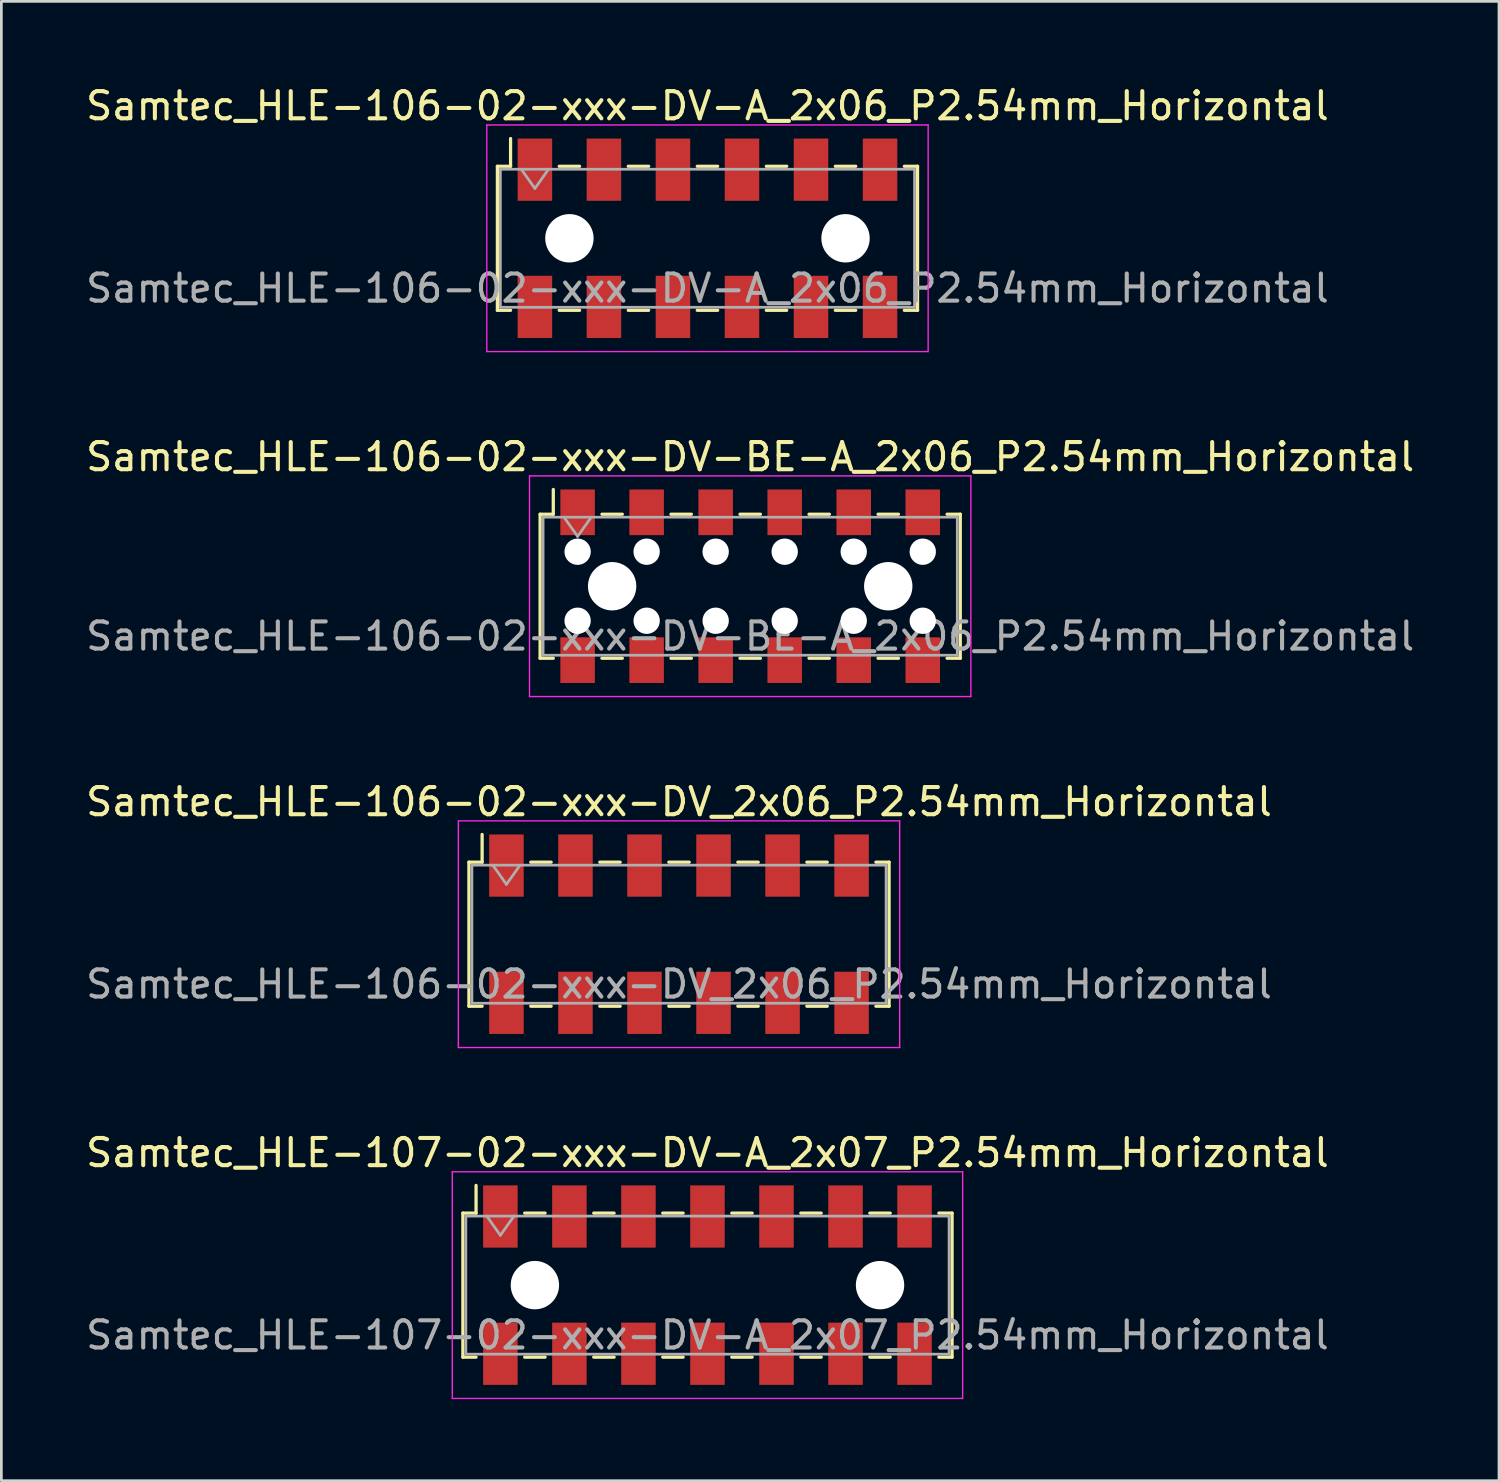
<source format=kicad_pcb>
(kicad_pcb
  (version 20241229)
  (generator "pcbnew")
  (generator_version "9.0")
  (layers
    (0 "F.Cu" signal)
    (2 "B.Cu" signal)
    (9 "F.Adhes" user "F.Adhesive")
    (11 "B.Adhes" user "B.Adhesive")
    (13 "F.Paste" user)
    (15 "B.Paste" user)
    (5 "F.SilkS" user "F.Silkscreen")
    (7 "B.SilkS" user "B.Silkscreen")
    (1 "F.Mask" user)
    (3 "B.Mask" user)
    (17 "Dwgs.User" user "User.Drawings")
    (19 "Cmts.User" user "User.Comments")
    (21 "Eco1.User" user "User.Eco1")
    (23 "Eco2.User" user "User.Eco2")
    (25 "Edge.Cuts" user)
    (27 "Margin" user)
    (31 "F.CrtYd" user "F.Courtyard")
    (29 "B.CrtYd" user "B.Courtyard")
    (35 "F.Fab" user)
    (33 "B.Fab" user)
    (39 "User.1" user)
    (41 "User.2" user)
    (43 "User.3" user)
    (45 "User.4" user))
  (footprint "Samtec_HLE-107-02-xxx-DV-A_2x07_P2.54mm_Horizontal"
    (layer "F.Cu")
    (at 22.982 44.238)
    (property "Reference" "Samtec_HLE-107-02-xxx-DV-A_2x07_P2.54mm_Horizontal" (at 0 -4.87 0) (layer "F.SilkS") (effects (font (size 1 1) (thickness 0.15))))
    (attr smd)
    (fp_line (start -9 -2.65) (end -9 2.65) (stroke (width 0.12) (type solid)) (layer "F.SilkS"))
    (fp_line (start -9 2.65) (end -8.515 2.65) (stroke (width 0.12) (type solid)) (layer "F.SilkS"))
    (fp_line (start -8.515 -3.67) (end -8.515 -2.65) (stroke (width 0.12) (type solid)) (layer "F.SilkS"))
    (fp_line (start -8.515 -2.65) (end -9 -2.65) (stroke (width 0.12) (type solid)) (layer "F.SilkS"))
    (fp_line (start -6.725 -2.65) (end -5.975 -2.65) (stroke (width 0.12) (type solid)) (layer "F.SilkS"))
    (fp_line (start -6.725 2.65) (end -5.975 2.65) (stroke (width 0.12) (type solid)) (layer "F.SilkS"))
    (fp_line (start -4.185 -2.65) (end -3.435 -2.65) (stroke (width 0.12) (type solid)) (layer "F.SilkS"))
    (fp_line (start -4.185 2.65) (end -3.435 2.65) (stroke (width 0.12) (type solid)) (layer "F.SilkS"))
    (fp_line (start -1.645 -2.65) (end -0.895 -2.65) (stroke (width 0.12) (type solid)) (layer "F.SilkS"))
    (fp_line (start -1.645 2.65) (end -0.895 2.65) (stroke (width 0.12) (type solid)) (layer "F.SilkS"))
    (fp_line (start 0.895 -2.65) (end 1.645 -2.65) (stroke (width 0.12) (type solid)) (layer "F.SilkS"))
    (fp_line (start 0.895 2.65) (end 1.645 2.65) (stroke (width 0.12) (type solid)) (layer "F.SilkS"))
    (fp_line (start 3.435 -2.65) (end 4.185 -2.65) (stroke (width 0.12) (type solid)) (layer "F.SilkS"))
    (fp_line (start 3.435 2.65) (end 4.185 2.65) (stroke (width 0.12) (type solid)) (layer "F.SilkS"))
    (fp_line (start 5.975 -2.65) (end 6.725 -2.65) (stroke (width 0.12) (type solid)) (layer "F.SilkS"))
    (fp_line (start 5.975 2.65) (end 6.725 2.65) (stroke (width 0.12) (type solid)) (layer "F.SilkS"))
    (fp_line (start 8.515 -2.65) (end 9 -2.65) (stroke (width 0.12) (type solid)) (layer "F.SilkS"))
    (fp_line (start 9 -2.65) (end 9 2.65) (stroke (width 0.12) (type solid)) (layer "F.SilkS"))
    (fp_line (start 9 2.65) (end 8.515 2.65) (stroke (width 0.12) (type solid)) (layer "F.SilkS"))
    (fp_line (start -9.39 -4.17) (end 9.39 -4.17) (stroke (width 0.05) (type solid)) (layer "F.CrtYd"))
    (fp_line (start -9.39 4.17) (end -9.39 -4.17) (stroke (width 0.05) (type solid)) (layer "F.CrtYd"))
    (fp_line (start 9.39 -4.17) (end 9.39 4.17) (stroke (width 0.05) (type solid)) (layer "F.CrtYd"))
    (fp_line (start 9.39 4.17) (end -9.39 4.17) (stroke (width 0.05) (type solid)) (layer "F.CrtYd"))
    (fp_line (start -8.89 -2.54) (end 8.89 -2.54) (stroke (width 0.1) (type solid)) (layer "F.Fab"))
    (fp_line (start -8.89 2.54) (end -8.89 -2.54) (stroke (width 0.1) (type solid)) (layer "F.Fab"))
    (fp_line (start -8.12 -2.54) (end -7.62 -1.833) (stroke (width 0.1) (type solid)) (layer "F.Fab"))
    (fp_line (start -7.62 -1.833) (end -7.12 -2.54) (stroke (width 0.1) (type solid)) (layer "F.Fab"))
    (fp_line (start 8.89 -2.54) (end 8.89 2.54) (stroke (width 0.1) (type solid)) (layer "F.Fab"))
    (fp_line (start 8.89 2.54) (end -8.89 2.54) (stroke (width 0.1) (type solid)) (layer "F.Fab"))
    (fp_text user "${REFERENCE}" (at 0 1.84 0) (layer "F.Fab") (effects (font (size 1 1) (thickness 0.15))))
    (pad "" np_thru_hole circle (at -6.35 0) (size 1.78 1.78) (drill 1.78) (layers "*.Cu" "*.Mask"))
    (pad "" np_thru_hole circle (at 6.35 0) (size 1.78 1.78) (drill 1.78) (layers "*.Cu" "*.Mask"))
    (pad "1" smd rect (at -7.62 -2.525) (size 1.27 2.29) (layers "F.Cu" "F.Mask" "F.Paste"))
    (pad "2" smd rect (at -7.62 2.525) (size 1.27 2.29) (layers "F.Cu" "F.Mask" "F.Paste"))
    (pad "3" smd rect (at -5.08 -2.525) (size 1.27 2.29) (layers "F.Cu" "F.Mask" "F.Paste"))
    (pad "4" smd rect (at -5.08 2.525) (size 1.27 2.29) (layers "F.Cu" "F.Mask" "F.Paste"))
    (pad "5" smd rect (at -2.54 -2.525) (size 1.27 2.29) (layers "F.Cu" "F.Mask" "F.Paste"))
    (pad "6" smd rect (at -2.54 2.525) (size 1.27 2.29) (layers "F.Cu" "F.Mask" "F.Paste"))
    (pad "7" smd rect (at 0 -2.525) (size 1.27 2.29) (layers "F.Cu" "F.Mask" "F.Paste"))
    (pad "8" smd rect (at 0 2.525) (size 1.27 2.29) (layers "F.Cu" "F.Mask" "F.Paste"))
    (pad "9" smd rect (at 2.54 -2.525) (size 1.27 2.29) (layers "F.Cu" "F.Mask" "F.Paste"))
    (pad "10" smd rect (at 2.54 2.525) (size 1.27 2.29) (layers "F.Cu" "F.Mask" "F.Paste"))
    (pad "11" smd rect (at 5.08 -2.525) (size 1.27 2.29) (layers "F.Cu" "F.Mask" "F.Paste"))
    (pad "12" smd rect (at 5.08 2.525) (size 1.27 2.29) (layers "F.Cu" "F.Mask" "F.Paste"))
    (pad "13" smd rect (at 7.62 -2.525) (size 1.27 2.29) (layers "F.Cu" "F.Mask" "F.Paste"))
    (pad "14" smd rect (at 7.62 2.525) (size 1.27 2.29) (layers "F.Cu" "F.Mask" "F.Paste")))
  (footprint "Samtec_HLE-106-02-xxx-DV-BE-A_2x06_P2.54mm_Horizontal"
    (layer "F.Cu")
    (at 24.554 18.521)
    (property "Reference" "Samtec_HLE-106-02-xxx-DV-BE-A_2x06_P2.54mm_Horizontal" (at 0 -4.76 0) (layer "F.SilkS") (effects (font (size 1 1) (thickness 0.15))))
    (attr smd)
    (fp_line (start -7.73 -2.65) (end -7.73 2.65) (stroke (width 0.12) (type solid)) (layer "F.SilkS"))
    (fp_line (start -7.73 2.65) (end -7.245 2.65) (stroke (width 0.12) (type solid)) (layer "F.SilkS"))
    (fp_line (start -7.245 -3.56) (end -7.245 -2.65) (stroke (width 0.12) (type solid)) (layer "F.SilkS"))
    (fp_line (start -7.245 -2.65) (end -7.73 -2.65) (stroke (width 0.12) (type solid)) (layer "F.SilkS"))
    (fp_line (start -5.455 -2.65) (end -4.705 -2.65) (stroke (width 0.12) (type solid)) (layer "F.SilkS"))
    (fp_line (start -5.455 2.65) (end -4.705 2.65) (stroke (width 0.12) (type solid)) (layer "F.SilkS"))
    (fp_line (start -2.915 -2.65) (end -2.165 -2.65) (stroke (width 0.12) (type solid)) (layer "F.SilkS"))
    (fp_line (start -2.915 2.65) (end -2.165 2.65) (stroke (width 0.12) (type solid)) (layer "F.SilkS"))
    (fp_line (start -0.375 -2.65) (end 0.375 -2.65) (stroke (width 0.12) (type solid)) (layer "F.SilkS"))
    (fp_line (start -0.375 2.65) (end 0.375 2.65) (stroke (width 0.12) (type solid)) (layer "F.SilkS"))
    (fp_line (start 2.165 -2.65) (end 2.915 -2.65) (stroke (width 0.12) (type solid)) (layer "F.SilkS"))
    (fp_line (start 2.165 2.65) (end 2.915 2.65) (stroke (width 0.12) (type solid)) (layer "F.SilkS"))
    (fp_line (start 4.705 -2.65) (end 5.455 -2.65) (stroke (width 0.12) (type solid)) (layer "F.SilkS"))
    (fp_line (start 4.705 2.65) (end 5.455 2.65) (stroke (width 0.12) (type solid)) (layer "F.SilkS"))
    (fp_line (start 7.245 -2.65) (end 7.73 -2.65) (stroke (width 0.12) (type solid)) (layer "F.SilkS"))
    (fp_line (start 7.73 -2.65) (end 7.73 2.65) (stroke (width 0.12) (type solid)) (layer "F.SilkS"))
    (fp_line (start 7.73 2.65) (end 7.245 2.65) (stroke (width 0.12) (type solid)) (layer "F.SilkS"))
    (fp_line (start -8.12 -4.06) (end 8.12 -4.06) (stroke (width 0.05) (type solid)) (layer "F.CrtYd"))
    (fp_line (start -8.12 4.06) (end -8.12 -4.06) (stroke (width 0.05) (type solid)) (layer "F.CrtYd"))
    (fp_line (start 8.12 -4.06) (end 8.12 4.06) (stroke (width 0.05) (type solid)) (layer "F.CrtYd"))
    (fp_line (start 8.12 4.06) (end -8.12 4.06) (stroke (width 0.05) (type solid)) (layer "F.CrtYd"))
    (fp_line (start -7.62 -2.54) (end 7.62 -2.54) (stroke (width 0.1) (type solid)) (layer "F.Fab"))
    (fp_line (start -7.62 2.54) (end -7.62 -2.54) (stroke (width 0.1) (type solid)) (layer "F.Fab"))
    (fp_line (start -6.85 -2.54) (end -6.35 -1.833) (stroke (width 0.1) (type solid)) (layer "F.Fab"))
    (fp_line (start -6.35 -1.833) (end -5.85 -2.54) (stroke (width 0.1) (type solid)) (layer "F.Fab"))
    (fp_line (start 7.62 -2.54) (end 7.62 2.54) (stroke (width 0.1) (type solid)) (layer "F.Fab"))
    (fp_line (start 7.62 2.54) (end -7.62 2.54) (stroke (width 0.1) (type solid)) (layer "F.Fab"))
    (fp_text user "${REFERENCE}" (at 0 1.84 0) (layer "F.Fab") (effects (font (size 1 1) (thickness 0.15))))
    (pad "" np_thru_hole circle (at -6.35 -1.27) (size 0.97 0.97) (drill 0.97) (layers "*.Cu" "*.Mask"))
    (pad "" np_thru_hole circle (at -6.35 1.27) (size 0.97 0.97) (drill 0.97) (layers "*.Cu" "*.Mask"))
    (pad "" np_thru_hole circle (at -5.08 0) (size 1.78 1.78) (drill 1.78) (layers "*.Cu" "*.Mask"))
    (pad "" np_thru_hole circle (at -3.81 -1.27) (size 0.97 0.97) (drill 0.97) (layers "*.Cu" "*.Mask"))
    (pad "" np_thru_hole circle (at -3.81 1.27) (size 0.97 0.97) (drill 0.97) (layers "*.Cu" "*.Mask"))
    (pad "" np_thru_hole circle (at -1.27 -1.27) (size 0.97 0.97) (drill 0.97) (layers "*.Cu" "*.Mask"))
    (pad "" np_thru_hole circle (at -1.27 1.27) (size 0.97 0.97) (drill 0.97) (layers "*.Cu" "*.Mask"))
    (pad "" np_thru_hole circle (at 1.27 -1.27) (size 0.97 0.97) (drill 0.97) (layers "*.Cu" "*.Mask"))
    (pad "" np_thru_hole circle (at 1.27 1.27) (size 0.97 0.97) (drill 0.97) (layers "*.Cu" "*.Mask"))
    (pad "" np_thru_hole circle (at 3.81 -1.27) (size 0.97 0.97) (drill 0.97) (layers "*.Cu" "*.Mask"))
    (pad "" np_thru_hole circle (at 3.81 1.27) (size 0.97 0.97) (drill 0.97) (layers "*.Cu" "*.Mask"))
    (pad "" np_thru_hole circle (at 5.08 0) (size 1.78 1.78) (drill 1.78) (layers "*.Cu" "*.Mask"))
    (pad "" np_thru_hole circle (at 6.35 -1.27) (size 0.97 0.97) (drill 0.97) (layers "*.Cu" "*.Mask"))
    (pad "" np_thru_hole circle (at 6.35 1.27) (size 0.97 0.97) (drill 0.97) (layers "*.Cu" "*.Mask"))
    (pad "1" smd rect (at -6.35 -2.72) (size 1.27 1.68) (layers "F.Cu" "F.Mask" "F.Paste"))
    (pad "2" smd rect (at -6.35 2.72) (size 1.27 1.68) (layers "F.Cu" "F.Mask" "F.Paste"))
    (pad "3" smd rect (at -3.81 -2.72) (size 1.27 1.68) (layers "F.Cu" "F.Mask" "F.Paste"))
    (pad "4" smd rect (at -3.81 2.72) (size 1.27 1.68) (layers "F.Cu" "F.Mask" "F.Paste"))
    (pad "5" smd rect (at -1.27 -2.72) (size 1.27 1.68) (layers "F.Cu" "F.Mask" "F.Paste"))
    (pad "6" smd rect (at -1.27 2.72) (size 1.27 1.68) (layers "F.Cu" "F.Mask" "F.Paste"))
    (pad "7" smd rect (at 1.27 -2.72) (size 1.27 1.68) (layers "F.Cu" "F.Mask" "F.Paste"))
    (pad "8" smd rect (at 1.27 2.72) (size 1.27 1.68) (layers "F.Cu" "F.Mask" "F.Paste"))
    (pad "9" smd rect (at 3.81 -2.72) (size 1.27 1.68) (layers "F.Cu" "F.Mask" "F.Paste"))
    (pad "10" smd rect (at 3.81 2.72) (size 1.27 1.68) (layers "F.Cu" "F.Mask" "F.Paste"))
    (pad "11" smd rect (at 6.35 -2.72) (size 1.27 1.68) (layers "F.Cu" "F.Mask" "F.Paste"))
    (pad "12" smd rect (at 6.35 2.72) (size 1.27 1.68) (layers "F.Cu" "F.Mask" "F.Paste")))
  (footprint "Samtec_HLE-106-02-xxx-DV-A_2x06_P2.54mm_Horizontal"
    (layer "F.Cu")
    (at 22.982 5.718)
    (property "Reference" "Samtec_HLE-106-02-xxx-DV-A_2x06_P2.54mm_Horizontal" (at 0 -4.87 0) (layer "F.SilkS") (effects (font (size 1 1) (thickness 0.15))))
    (attr smd)
    (fp_line (start -7.73 -2.65) (end -7.73 2.65) (stroke (width 0.12) (type solid)) (layer "F.SilkS"))
    (fp_line (start -7.73 2.65) (end -7.245 2.65) (stroke (width 0.12) (type solid)) (layer "F.SilkS"))
    (fp_line (start -7.245 -3.67) (end -7.245 -2.65) (stroke (width 0.12) (type solid)) (layer "F.SilkS"))
    (fp_line (start -7.245 -2.65) (end -7.73 -2.65) (stroke (width 0.12) (type solid)) (layer "F.SilkS"))
    (fp_line (start -5.455 -2.65) (end -4.705 -2.65) (stroke (width 0.12) (type solid)) (layer "F.SilkS"))
    (fp_line (start -5.455 2.65) (end -4.705 2.65) (stroke (width 0.12) (type solid)) (layer "F.SilkS"))
    (fp_line (start -2.915 -2.65) (end -2.165 -2.65) (stroke (width 0.12) (type solid)) (layer "F.SilkS"))
    (fp_line (start -2.915 2.65) (end -2.165 2.65) (stroke (width 0.12) (type solid)) (layer "F.SilkS"))
    (fp_line (start -0.375 -2.65) (end 0.375 -2.65) (stroke (width 0.12) (type solid)) (layer "F.SilkS"))
    (fp_line (start -0.375 2.65) (end 0.375 2.65) (stroke (width 0.12) (type solid)) (layer "F.SilkS"))
    (fp_line (start 2.165 -2.65) (end 2.915 -2.65) (stroke (width 0.12) (type solid)) (layer "F.SilkS"))
    (fp_line (start 2.165 2.65) (end 2.915 2.65) (stroke (width 0.12) (type solid)) (layer "F.SilkS"))
    (fp_line (start 4.705 -2.65) (end 5.455 -2.65) (stroke (width 0.12) (type solid)) (layer "F.SilkS"))
    (fp_line (start 4.705 2.65) (end 5.455 2.65) (stroke (width 0.12) (type solid)) (layer "F.SilkS"))
    (fp_line (start 7.245 -2.65) (end 7.73 -2.65) (stroke (width 0.12) (type solid)) (layer "F.SilkS"))
    (fp_line (start 7.73 -2.65) (end 7.73 2.65) (stroke (width 0.12) (type solid)) (layer "F.SilkS"))
    (fp_line (start 7.73 2.65) (end 7.245 2.65) (stroke (width 0.12) (type solid)) (layer "F.SilkS"))
    (fp_line (start -8.12 -4.17) (end 8.12 -4.17) (stroke (width 0.05) (type solid)) (layer "F.CrtYd"))
    (fp_line (start -8.12 4.17) (end -8.12 -4.17) (stroke (width 0.05) (type solid)) (layer "F.CrtYd"))
    (fp_line (start 8.12 -4.17) (end 8.12 4.17) (stroke (width 0.05) (type solid)) (layer "F.CrtYd"))
    (fp_line (start 8.12 4.17) (end -8.12 4.17) (stroke (width 0.05) (type solid)) (layer "F.CrtYd"))
    (fp_line (start -7.62 -2.54) (end 7.62 -2.54) (stroke (width 0.1) (type solid)) (layer "F.Fab"))
    (fp_line (start -7.62 2.54) (end -7.62 -2.54) (stroke (width 0.1) (type solid)) (layer "F.Fab"))
    (fp_line (start -6.85 -2.54) (end -6.35 -1.833) (stroke (width 0.1) (type solid)) (layer "F.Fab"))
    (fp_line (start -6.35 -1.833) (end -5.85 -2.54) (stroke (width 0.1) (type solid)) (layer "F.Fab"))
    (fp_line (start 7.62 -2.54) (end 7.62 2.54) (stroke (width 0.1) (type solid)) (layer "F.Fab"))
    (fp_line (start 7.62 2.54) (end -7.62 2.54) (stroke (width 0.1) (type solid)) (layer "F.Fab"))
    (fp_text user "${REFERENCE}" (at 0 1.84 0) (layer "F.Fab") (effects (font (size 1 1) (thickness 0.15))))
    (pad "" np_thru_hole circle (at -5.08 0) (size 1.78 1.78) (drill 1.78) (layers "*.Cu" "*.Mask"))
    (pad "" np_thru_hole circle (at 5.08 0) (size 1.78 1.78) (drill 1.78) (layers "*.Cu" "*.Mask"))
    (pad "1" smd rect (at -6.35 -2.525) (size 1.27 2.29) (layers "F.Cu" "F.Mask" "F.Paste"))
    (pad "2" smd rect (at -6.35 2.525) (size 1.27 2.29) (layers "F.Cu" "F.Mask" "F.Paste"))
    (pad "3" smd rect (at -3.81 -2.525) (size 1.27 2.29) (layers "F.Cu" "F.Mask" "F.Paste"))
    (pad "4" smd rect (at -3.81 2.525) (size 1.27 2.29) (layers "F.Cu" "F.Mask" "F.Paste"))
    (pad "5" smd rect (at -1.27 -2.525) (size 1.27 2.29) (layers "F.Cu" "F.Mask" "F.Paste"))
    (pad "6" smd rect (at -1.27 2.525) (size 1.27 2.29) (layers "F.Cu" "F.Mask" "F.Paste"))
    (pad "7" smd rect (at 1.27 -2.525) (size 1.27 2.29) (layers "F.Cu" "F.Mask" "F.Paste"))
    (pad "8" smd rect (at 1.27 2.525) (size 1.27 2.29) (layers "F.Cu" "F.Mask" "F.Paste"))
    (pad "9" smd rect (at 3.81 -2.525) (size 1.27 2.29) (layers "F.Cu" "F.Mask" "F.Paste"))
    (pad "10" smd rect (at 3.81 2.525) (size 1.27 2.29) (layers "F.Cu" "F.Mask" "F.Paste"))
    (pad "11" smd rect (at 6.35 -2.525) (size 1.27 2.29) (layers "F.Cu" "F.Mask" "F.Paste"))
    (pad "12" smd rect (at 6.35 2.525) (size 1.27 2.29) (layers "F.Cu" "F.Mask" "F.Paste")))
  (footprint "Samtec_HLE-106-02-xxx-DV_2x06_P2.54mm_Horizontal"
    (layer "F.Cu")
    (at 21.935 31.325)
    (property "Reference" "Samtec_HLE-106-02-xxx-DV_2x06_P2.54mm_Horizontal" (at 0 -4.87 0) (layer "F.SilkS") (effects (font (size 1 1) (thickness 0.15))))
    (attr smd)
    (fp_line (start -7.73 -2.65) (end -7.73 2.65) (stroke (width 0.12) (type solid)) (layer "F.SilkS"))
    (fp_line (start -7.73 2.65) (end -7.245 2.65) (stroke (width 0.12) (type solid)) (layer "F.SilkS"))
    (fp_line (start -7.245 -3.67) (end -7.245 -2.65) (stroke (width 0.12) (type solid)) (layer "F.SilkS"))
    (fp_line (start -7.245 -2.65) (end -7.73 -2.65) (stroke (width 0.12) (type solid)) (layer "F.SilkS"))
    (fp_line (start -5.455 -2.65) (end -4.705 -2.65) (stroke (width 0.12) (type solid)) (layer "F.SilkS"))
    (fp_line (start -5.455 2.65) (end -4.705 2.65) (stroke (width 0.12) (type solid)) (layer "F.SilkS"))
    (fp_line (start -2.915 -2.65) (end -2.165 -2.65) (stroke (width 0.12) (type solid)) (layer "F.SilkS"))
    (fp_line (start -2.915 2.65) (end -2.165 2.65) (stroke (width 0.12) (type solid)) (layer "F.SilkS"))
    (fp_line (start -0.375 -2.65) (end 0.375 -2.65) (stroke (width 0.12) (type solid)) (layer "F.SilkS"))
    (fp_line (start -0.375 2.65) (end 0.375 2.65) (stroke (width 0.12) (type solid)) (layer "F.SilkS"))
    (fp_line (start 2.165 -2.65) (end 2.915 -2.65) (stroke (width 0.12) (type solid)) (layer "F.SilkS"))
    (fp_line (start 2.165 2.65) (end 2.915 2.65) (stroke (width 0.12) (type solid)) (layer "F.SilkS"))
    (fp_line (start 4.705 -2.65) (end 5.455 -2.65) (stroke (width 0.12) (type solid)) (layer "F.SilkS"))
    (fp_line (start 4.705 2.65) (end 5.455 2.65) (stroke (width 0.12) (type solid)) (layer "F.SilkS"))
    (fp_line (start 7.245 -2.65) (end 7.73 -2.65) (stroke (width 0.12) (type solid)) (layer "F.SilkS"))
    (fp_line (start 7.73 -2.65) (end 7.73 2.65) (stroke (width 0.12) (type solid)) (layer "F.SilkS"))
    (fp_line (start 7.73 2.65) (end 7.245 2.65) (stroke (width 0.12) (type solid)) (layer "F.SilkS"))
    (fp_line (start -8.12 -4.17) (end 8.12 -4.17) (stroke (width 0.05) (type solid)) (layer "F.CrtYd"))
    (fp_line (start -8.12 4.17) (end -8.12 -4.17) (stroke (width 0.05) (type solid)) (layer "F.CrtYd"))
    (fp_line (start 8.12 -4.17) (end 8.12 4.17) (stroke (width 0.05) (type solid)) (layer "F.CrtYd"))
    (fp_line (start 8.12 4.17) (end -8.12 4.17) (stroke (width 0.05) (type solid)) (layer "F.CrtYd"))
    (fp_line (start -7.62 -2.54) (end 7.62 -2.54) (stroke (width 0.1) (type solid)) (layer "F.Fab"))
    (fp_line (start -7.62 2.54) (end -7.62 -2.54) (stroke (width 0.1) (type solid)) (layer "F.Fab"))
    (fp_line (start -6.85 -2.54) (end -6.35 -1.833) (stroke (width 0.1) (type solid)) (layer "F.Fab"))
    (fp_line (start -6.35 -1.833) (end -5.85 -2.54) (stroke (width 0.1) (type solid)) (layer "F.Fab"))
    (fp_line (start 7.62 -2.54) (end 7.62 2.54) (stroke (width 0.1) (type solid)) (layer "F.Fab"))
    (fp_line (start 7.62 2.54) (end -7.62 2.54) (stroke (width 0.1) (type solid)) (layer "F.Fab"))
    (fp_text user "${REFERENCE}" (at 0 1.84 0) (layer "F.Fab") (effects (font (size 1 1) (thickness 0.15))))
    (pad "1" smd rect (at -6.35 -2.525) (size 1.27 2.29) (layers "F.Cu" "F.Mask" "F.Paste"))
    (pad "2" smd rect (at -6.35 2.525) (size 1.27 2.29) (layers "F.Cu" "F.Mask" "F.Paste"))
    (pad "3" smd rect (at -3.81 -2.525) (size 1.27 2.29) (layers "F.Cu" "F.Mask" "F.Paste"))
    (pad "4" smd rect (at -3.81 2.525) (size 1.27 2.29) (layers "F.Cu" "F.Mask" "F.Paste"))
    (pad "5" smd rect (at -1.27 -2.525) (size 1.27 2.29) (layers "F.Cu" "F.Mask" "F.Paste"))
    (pad "6" smd rect (at -1.27 2.525) (size 1.27 2.29) (layers "F.Cu" "F.Mask" "F.Paste"))
    (pad "7" smd rect (at 1.27 -2.525) (size 1.27 2.29) (layers "F.Cu" "F.Mask" "F.Paste"))
    (pad "8" smd rect (at 1.27 2.525) (size 1.27 2.29) (layers "F.Cu" "F.Mask" "F.Paste"))
    (pad "9" smd rect (at 3.81 -2.525) (size 1.27 2.29) (layers "F.Cu" "F.Mask" "F.Paste"))
    (pad "10" smd rect (at 3.81 2.525) (size 1.27 2.29) (layers "F.Cu" "F.Mask" "F.Paste"))
    (pad "11" smd rect (at 6.35 -2.525) (size 1.27 2.29) (layers "F.Cu" "F.Mask" "F.Paste"))
    (pad "12" smd rect (at 6.35 2.525) (size 1.27 2.29) (layers "F.Cu" "F.Mask" "F.Paste")))
  (gr_rect
    (start -3 -3)
    (end 52.107 51.433)
    (stroke (width 0.1) (type default))
    (fill no)
    (layer "Edge.Cuts")))
</source>
